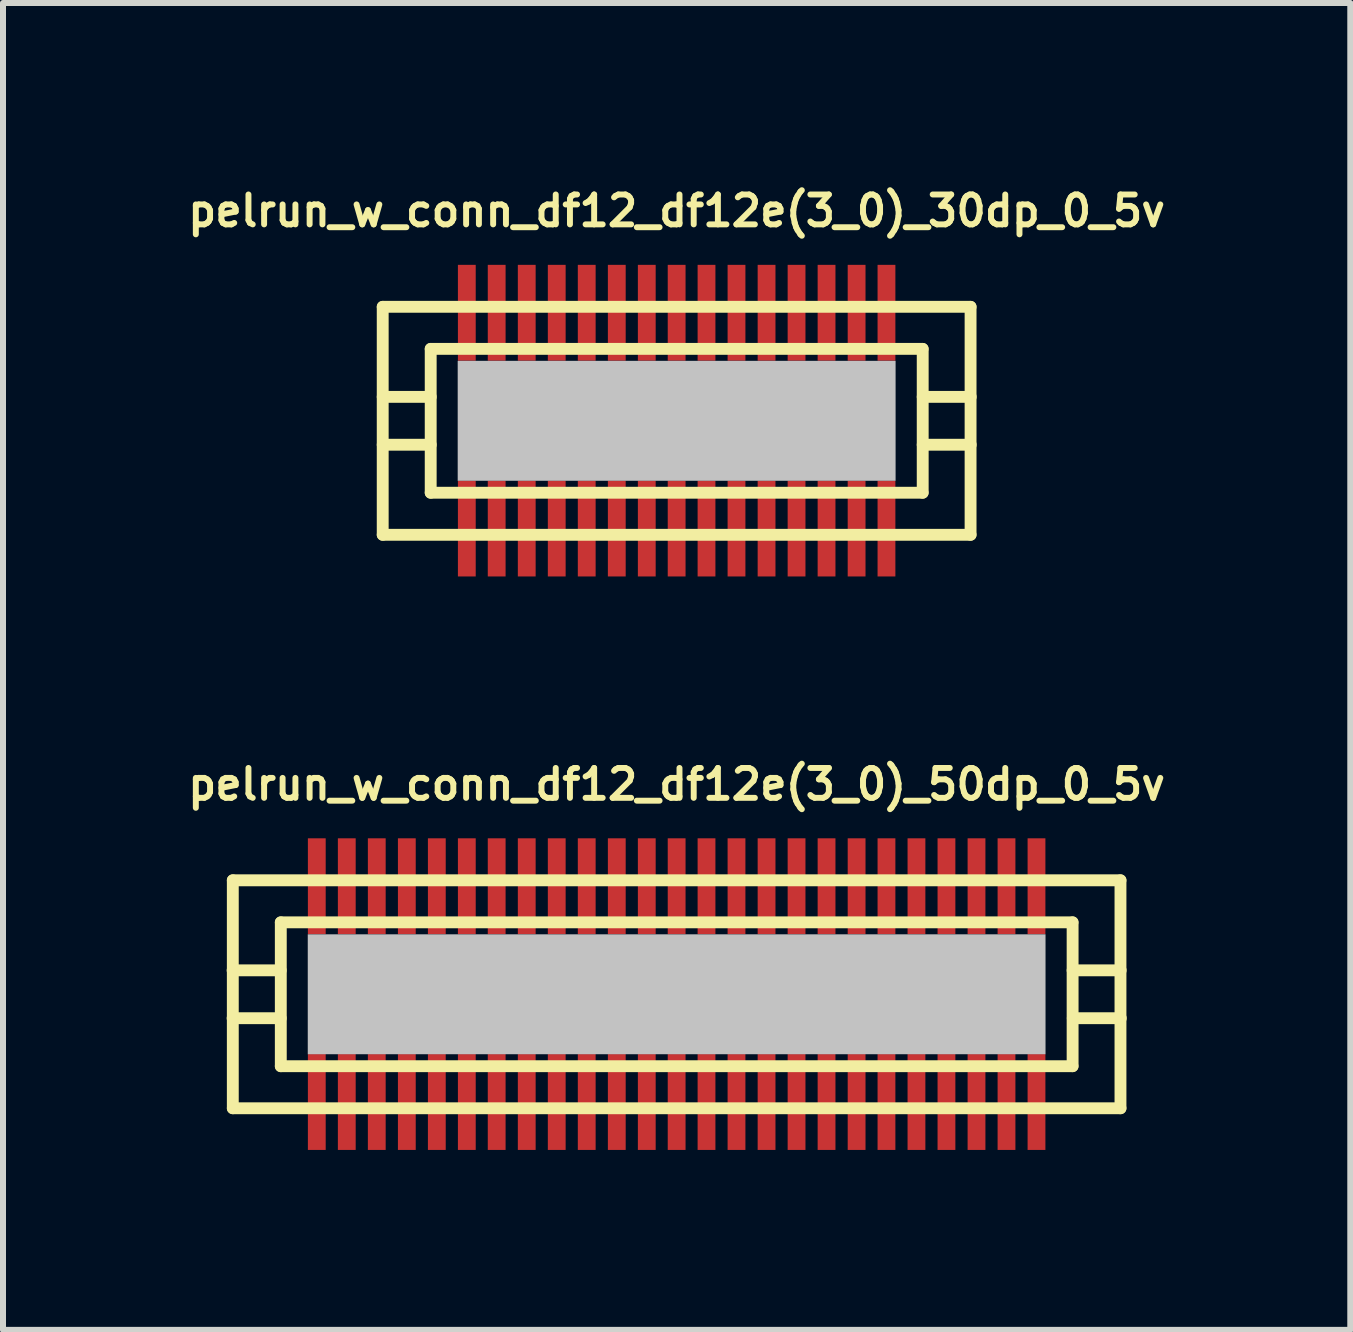
<source format=kicad_pcb>
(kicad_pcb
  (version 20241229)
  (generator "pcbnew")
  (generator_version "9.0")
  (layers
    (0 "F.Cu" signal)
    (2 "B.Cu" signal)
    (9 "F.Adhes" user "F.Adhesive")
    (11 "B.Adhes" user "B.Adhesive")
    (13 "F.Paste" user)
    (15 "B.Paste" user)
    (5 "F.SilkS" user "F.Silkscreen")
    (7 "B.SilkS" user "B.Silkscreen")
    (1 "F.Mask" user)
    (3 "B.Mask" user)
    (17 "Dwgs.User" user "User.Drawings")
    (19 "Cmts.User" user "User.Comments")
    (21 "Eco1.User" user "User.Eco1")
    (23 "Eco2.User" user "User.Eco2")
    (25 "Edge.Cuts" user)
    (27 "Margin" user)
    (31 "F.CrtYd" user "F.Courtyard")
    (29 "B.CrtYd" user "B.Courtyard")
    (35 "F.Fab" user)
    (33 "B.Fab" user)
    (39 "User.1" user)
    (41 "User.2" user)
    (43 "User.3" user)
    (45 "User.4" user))
  (footprint "pelrun_w_conn_df12_df12e(3_0)_50dp_0_5v"
    (layer "F.Cu")
    (at 8.23 13.525)
    (property "Reference" "pelrun_w_conn_df12_df12e(3_0)_50dp_0_5v" (at 0 -3.5 0) (layer "F.SilkS") (effects (font (size 0.498 0.498) (thickness 0.099))))
    (attr through_hole)
    (fp_line (start -7.399 -1.9) (end -7.399 1.9) (stroke (width 0.198) (type solid)) (layer "F.SilkS"))
    (fp_line (start -7.399 1.9) (end 7.399 1.9) (stroke (width 0.198) (type solid)) (layer "F.SilkS"))
    (fp_line (start -6.601 -0.399) (end -7.402 -0.399) (stroke (width 0.198) (type solid)) (layer "F.SilkS"))
    (fp_line (start -6.601 0.399) (end -7.402 0.399) (stroke (width 0.198) (type solid)) (layer "F.SilkS"))
    (fp_line (start -6.599 -1.199) (end 6.599 -1.199) (stroke (width 0.198) (type solid)) (layer "F.SilkS"))
    (fp_line (start -6.599 1.199) (end -6.599 -1.199) (stroke (width 0.198) (type solid)) (layer "F.SilkS"))
    (fp_line (start 6.599 1.199) (end -6.599 1.199) (stroke (width 0.198) (type solid)) (layer "F.SilkS"))
    (fp_line (start 6.601 -1.199) (end 6.601 1.199) (stroke (width 0.198) (type solid)) (layer "F.SilkS"))
    (fp_line (start 6.601 -0.399) (end 7.402 -0.399) (stroke (width 0.198) (type solid)) (layer "F.SilkS"))
    (fp_line (start 7.399 -1.9) (end -7.399 -1.9) (stroke (width 0.198) (type solid)) (layer "F.SilkS"))
    (fp_line (start 7.399 1.9) (end 7.399 -1.9) (stroke (width 0.198) (type solid)) (layer "F.SilkS"))
    (fp_line (start 7.404 0.399) (end 6.604 0.399) (stroke (width 0.198) (type solid)) (layer "F.SilkS"))
    (pad "" smd rect (at 0 0) (size 12.299 1.999) (layers "Dwgs.User"))
    (pad "1" smd rect (at 5.999 1.796) (size 0.297 1.598) (layers "F.Cu" "F.Mask" "F.Paste"))
    (pad "2" smd rect (at 5.499 1.796) (size 0.297 1.598) (layers "F.Cu" "F.Mask" "F.Paste"))
    (pad "3" smd rect (at 4.999 1.796) (size 0.297 1.598) (layers "F.Cu" "F.Mask" "F.Paste"))
    (pad "4" smd rect (at 4.498 1.796) (size 0.297 1.598) (layers "F.Cu" "F.Mask" "F.Paste"))
    (pad "5" smd rect (at 3.998 1.796) (size 0.297 1.598) (layers "F.Cu" "F.Mask" "F.Paste"))
    (pad "6" smd rect (at 3.498 1.796) (size 0.297 1.598) (layers "F.Cu" "F.Mask" "F.Paste"))
    (pad "7" smd rect (at 3 1.796) (size 0.297 1.598) (layers "F.Cu" "F.Mask" "F.Paste"))
    (pad "8" smd rect (at 2.499 1.796) (size 0.297 1.598) (layers "F.Cu" "F.Mask" "F.Paste"))
    (pad "9" smd rect (at 1.999 1.796) (size 0.297 1.598) (layers "F.Cu" "F.Mask" "F.Paste"))
    (pad "10" smd rect (at 1.499 1.796) (size 0.297 1.598) (layers "F.Cu" "F.Mask" "F.Paste"))
    (pad "11" smd rect (at 0.998 1.796) (size 0.297 1.598) (layers "F.Cu" "F.Mask" "F.Paste"))
    (pad "12" smd rect (at 0.498 1.796) (size 0.297 1.598) (layers "F.Cu" "F.Mask" "F.Paste"))
    (pad "13" smd rect (at 0 1.796) (size 0.297 1.598) (layers "F.Cu" "F.Mask" "F.Paste"))
    (pad "14" smd rect (at -0.498 1.796) (size 0.297 1.598) (layers "F.Cu" "F.Mask" "F.Paste"))
    (pad "15" smd rect (at -0.998 1.796) (size 0.297 1.598) (layers "F.Cu" "F.Mask" "F.Paste"))
    (pad "16" smd rect (at -1.499 1.796) (size 0.297 1.598) (layers "F.Cu" "F.Mask" "F.Paste"))
    (pad "17" smd rect (at -1.999 1.796) (size 0.297 1.598) (layers "F.Cu" "F.Mask" "F.Paste"))
    (pad "18" smd rect (at -2.499 1.796) (size 0.297 1.598) (layers "F.Cu" "F.Mask" "F.Paste"))
    (pad "19" smd rect (at -3 1.796) (size 0.297 1.598) (layers "F.Cu" "F.Mask" "F.Paste"))
    (pad "20" smd rect (at -3.498 1.796) (size 0.297 1.598) (layers "F.Cu" "F.Mask" "F.Paste"))
    (pad "21" smd rect (at -3.998 1.796) (size 0.297 1.598) (layers "F.Cu" "F.Mask" "F.Paste"))
    (pad "22" smd rect (at -4.498 1.796) (size 0.297 1.598) (layers "F.Cu" "F.Mask" "F.Paste"))
    (pad "23" smd rect (at -4.999 1.796) (size 0.297 1.598) (layers "F.Cu" "F.Mask" "F.Paste"))
    (pad "24" smd rect (at -5.499 1.796) (size 0.297 1.598) (layers "F.Cu" "F.Mask" "F.Paste"))
    (pad "25" smd rect (at -5.999 1.796) (size 0.297 1.598) (layers "F.Cu" "F.Mask" "F.Paste"))
    (pad "26" smd rect (at -5.999 -1.801) (size 0.297 1.598) (layers "F.Cu" "F.Mask" "F.Paste"))
    (pad "27" smd rect (at -5.499 -1.801) (size 0.297 1.598) (layers "F.Cu" "F.Mask" "F.Paste"))
    (pad "28" smd rect (at -4.999 -1.801) (size 0.297 1.598) (layers "F.Cu" "F.Mask" "F.Paste"))
    (pad "29" smd rect (at -4.498 -1.801) (size 0.297 1.598) (layers "F.Cu" "F.Mask" "F.Paste"))
    (pad "30" smd rect (at -3.998 -1.801) (size 0.297 1.598) (layers "F.Cu" "F.Mask" "F.Paste"))
    (pad "31" smd rect (at -3.498 -1.801) (size 0.297 1.598) (layers "F.Cu" "F.Mask" "F.Paste"))
    (pad "32" smd rect (at -3 -1.801) (size 0.297 1.598) (layers "F.Cu" "F.Mask" "F.Paste"))
    (pad "33" smd rect (at -2.499 -1.801) (size 0.297 1.598) (layers "F.Cu" "F.Mask" "F.Paste"))
    (pad "34" smd rect (at -1.999 -1.801) (size 0.297 1.598) (layers "F.Cu" "F.Mask" "F.Paste"))
    (pad "35" smd rect (at -1.499 -1.801) (size 0.297 1.598) (layers "F.Cu" "F.Mask" "F.Paste"))
    (pad "36" smd rect (at -0.998 -1.801) (size 0.297 1.598) (layers "F.Cu" "F.Mask" "F.Paste"))
    (pad "37" smd rect (at -0.498 -1.801) (size 0.297 1.598) (layers "F.Cu" "F.Mask" "F.Paste"))
    (pad "38" smd rect (at 0 -1.801) (size 0.297 1.598) (layers "F.Cu" "F.Mask" "F.Paste"))
    (pad "39" smd rect (at 0.498 -1.801) (size 0.297 1.598) (layers "F.Cu" "F.Mask" "F.Paste"))
    (pad "40" smd rect (at 0.998 -1.801) (size 0.297 1.598) (layers "F.Cu" "F.Mask" "F.Paste"))
    (pad "41" smd rect (at 1.499 -1.801) (size 0.297 1.598) (layers "F.Cu" "F.Mask" "F.Paste"))
    (pad "42" smd rect (at 1.999 -1.801) (size 0.297 1.598) (layers "F.Cu" "F.Mask" "F.Paste"))
    (pad "43" smd rect (at 2.499 -1.801) (size 0.297 1.598) (layers "F.Cu" "F.Mask" "F.Paste"))
    (pad "44" smd rect (at 3 -1.801) (size 0.297 1.598) (layers "F.Cu" "F.Mask" "F.Paste"))
    (pad "45" smd rect (at 3.498 -1.801) (size 0.297 1.598) (layers "F.Cu" "F.Mask" "F.Paste"))
    (pad "46" smd rect (at 3.998 -1.801) (size 0.297 1.598) (layers "F.Cu" "F.Mask" "F.Paste"))
    (pad "47" smd rect (at 4.498 -1.801) (size 0.297 1.598) (layers "F.Cu" "F.Mask" "F.Paste"))
    (pad "48" smd rect (at 4.999 -1.801) (size 0.297 1.598) (layers "F.Cu" "F.Mask" "F.Paste"))
    (pad "49" smd rect (at 5.499 -1.801) (size 0.297 1.598) (layers "F.Cu" "F.Mask" "F.Paste"))
    (pad "50" smd rect (at 5.999 -1.801) (size 0.297 1.598) (layers "F.Cu" "F.Mask" "F.Paste")))
  (footprint "pelrun_w_conn_df12_df12e(3_0)_30dp_0_5v"
    (layer "F.Cu")
    (at 8.23 3.965)
    (property "Reference" "pelrun_w_conn_df12_df12e(3_0)_30dp_0_5v" (at 0 -3.5 0) (layer "F.SilkS") (effects (font (size 0.498 0.498) (thickness 0.099))))
    (attr through_hole)
    (fp_line (start -4.9 -1.9) (end -4.9 1.9) (stroke (width 0.198) (type solid)) (layer "F.SilkS"))
    (fp_line (start -4.9 -1.9) (end 4.9 -1.9) (stroke (width 0.198) (type solid)) (layer "F.SilkS"))
    (fp_line (start -4.1 -0.399) (end -4.9 -0.399) (stroke (width 0.198) (type solid)) (layer "F.SilkS"))
    (fp_line (start -4.1 0.399) (end -4.9 0.399) (stroke (width 0.198) (type solid)) (layer "F.SilkS"))
    (fp_line (start -4.1 1.199) (end -4.1 -1.199) (stroke (width 0.198) (type solid)) (layer "F.SilkS"))
    (fp_line (start -4.1 1.199) (end 4.1 1.199) (stroke (width 0.198) (type solid)) (layer "F.SilkS"))
    (fp_line (start 4.1 -1.199) (end -4.1 -1.199) (stroke (width 0.198) (type solid)) (layer "F.SilkS"))
    (fp_line (start 4.102 -1.199) (end 4.102 1.199) (stroke (width 0.198) (type solid)) (layer "F.SilkS"))
    (fp_line (start 4.102 -0.399) (end 4.902 -0.399) (stroke (width 0.198) (type solid)) (layer "F.SilkS"))
    (fp_line (start 4.9 1.9) (end -4.9 1.9) (stroke (width 0.198) (type solid)) (layer "F.SilkS"))
    (fp_line (start 4.9 1.9) (end 4.9 -1.9) (stroke (width 0.198) (type solid)) (layer "F.SilkS"))
    (fp_line (start 4.902 0.399) (end 4.102 0.399) (stroke (width 0.198) (type solid)) (layer "F.SilkS"))
    (pad "" smd rect (at 0 0) (size 7.3 1.999) (layers "Dwgs.User"))
    (pad "1" smd rect (at 3.498 1.796) (size 0.297 1.598) (layers "F.Cu" "F.Mask" "F.Paste"))
    (pad "2" smd rect (at 3 1.796) (size 0.297 1.598) (layers "F.Cu" "F.Mask" "F.Paste"))
    (pad "3" smd rect (at 2.499 1.796) (size 0.297 1.598) (layers "F.Cu" "F.Mask" "F.Paste"))
    (pad "4" smd rect (at 1.999 1.796) (size 0.297 1.598) (layers "F.Cu" "F.Mask" "F.Paste"))
    (pad "5" smd rect (at 1.499 1.796) (size 0.297 1.598) (layers "F.Cu" "F.Mask" "F.Paste"))
    (pad "6" smd rect (at 0.998 1.796) (size 0.297 1.598) (layers "F.Cu" "F.Mask" "F.Paste"))
    (pad "7" smd rect (at 0.498 1.796) (size 0.297 1.598) (layers "F.Cu" "F.Mask" "F.Paste"))
    (pad "8" smd rect (at 0 1.796) (size 0.297 1.598) (layers "F.Cu" "F.Mask" "F.Paste"))
    (pad "9" smd rect (at -0.498 1.796) (size 0.297 1.598) (layers "F.Cu" "F.Mask" "F.Paste"))
    (pad "10" smd rect (at -0.998 1.796) (size 0.297 1.598) (layers "F.Cu" "F.Mask" "F.Paste"))
    (pad "11" smd rect (at -1.499 1.796) (size 0.297 1.598) (layers "F.Cu" "F.Mask" "F.Paste"))
    (pad "12" smd rect (at -1.999 1.796) (size 0.297 1.598) (layers "F.Cu" "F.Mask" "F.Paste"))
    (pad "13" smd rect (at -2.499 1.796) (size 0.297 1.598) (layers "F.Cu" "F.Mask" "F.Paste"))
    (pad "14" smd rect (at -3 1.796) (size 0.297 1.598) (layers "F.Cu" "F.Mask" "F.Paste"))
    (pad "15" smd rect (at -3.498 1.796) (size 0.297 1.598) (layers "F.Cu" "F.Mask" "F.Paste"))
    (pad "16" smd rect (at -3.498 -1.801) (size 0.297 1.598) (layers "F.Cu" "F.Mask" "F.Paste"))
    (pad "17" smd rect (at -3 -1.801) (size 0.297 1.598) (layers "F.Cu" "F.Mask" "F.Paste"))
    (pad "18" smd rect (at -2.499 -1.801) (size 0.297 1.598) (layers "F.Cu" "F.Mask" "F.Paste"))
    (pad "19" smd rect (at -1.999 -1.801) (size 0.297 1.598) (layers "F.Cu" "F.Mask" "F.Paste"))
    (pad "20" smd rect (at -1.499 -1.801) (size 0.297 1.598) (layers "F.Cu" "F.Mask" "F.Paste"))
    (pad "21" smd rect (at -0.998 -1.801) (size 0.297 1.598) (layers "F.Cu" "F.Mask" "F.Paste"))
    (pad "22" smd rect (at -0.498 -1.801) (size 0.297 1.598) (layers "F.Cu" "F.Mask" "F.Paste"))
    (pad "23" smd rect (at 0 -1.801) (size 0.297 1.598) (layers "F.Cu" "F.Mask" "F.Paste"))
    (pad "24" smd rect (at 0.498 -1.801) (size 0.297 1.598) (layers "F.Cu" "F.Mask" "F.Paste"))
    (pad "25" smd rect (at 0.998 -1.801) (size 0.297 1.598) (layers "F.Cu" "F.Mask" "F.Paste"))
    (pad "26" smd rect (at 1.499 -1.801) (size 0.297 1.598) (layers "F.Cu" "F.Mask" "F.Paste"))
    (pad "27" smd rect (at 1.999 -1.801) (size 0.297 1.598) (layers "F.Cu" "F.Mask" "F.Paste"))
    (pad "28" smd rect (at 2.499 -1.801) (size 0.297 1.598) (layers "F.Cu" "F.Mask" "F.Paste"))
    (pad "29" smd rect (at 3 -1.801) (size 0.297 1.598) (layers "F.Cu" "F.Mask" "F.Paste"))
    (pad "30" smd rect (at 3.498 -1.801) (size 0.297 1.598) (layers "F.Cu" "F.Mask" "F.Paste")))
  (gr_rect
    (start -3 -3)
    (end 19.46 19.12)
    (stroke (width 0.1) (type default))
    (fill no)
    (layer "Edge.Cuts")))
</source>
